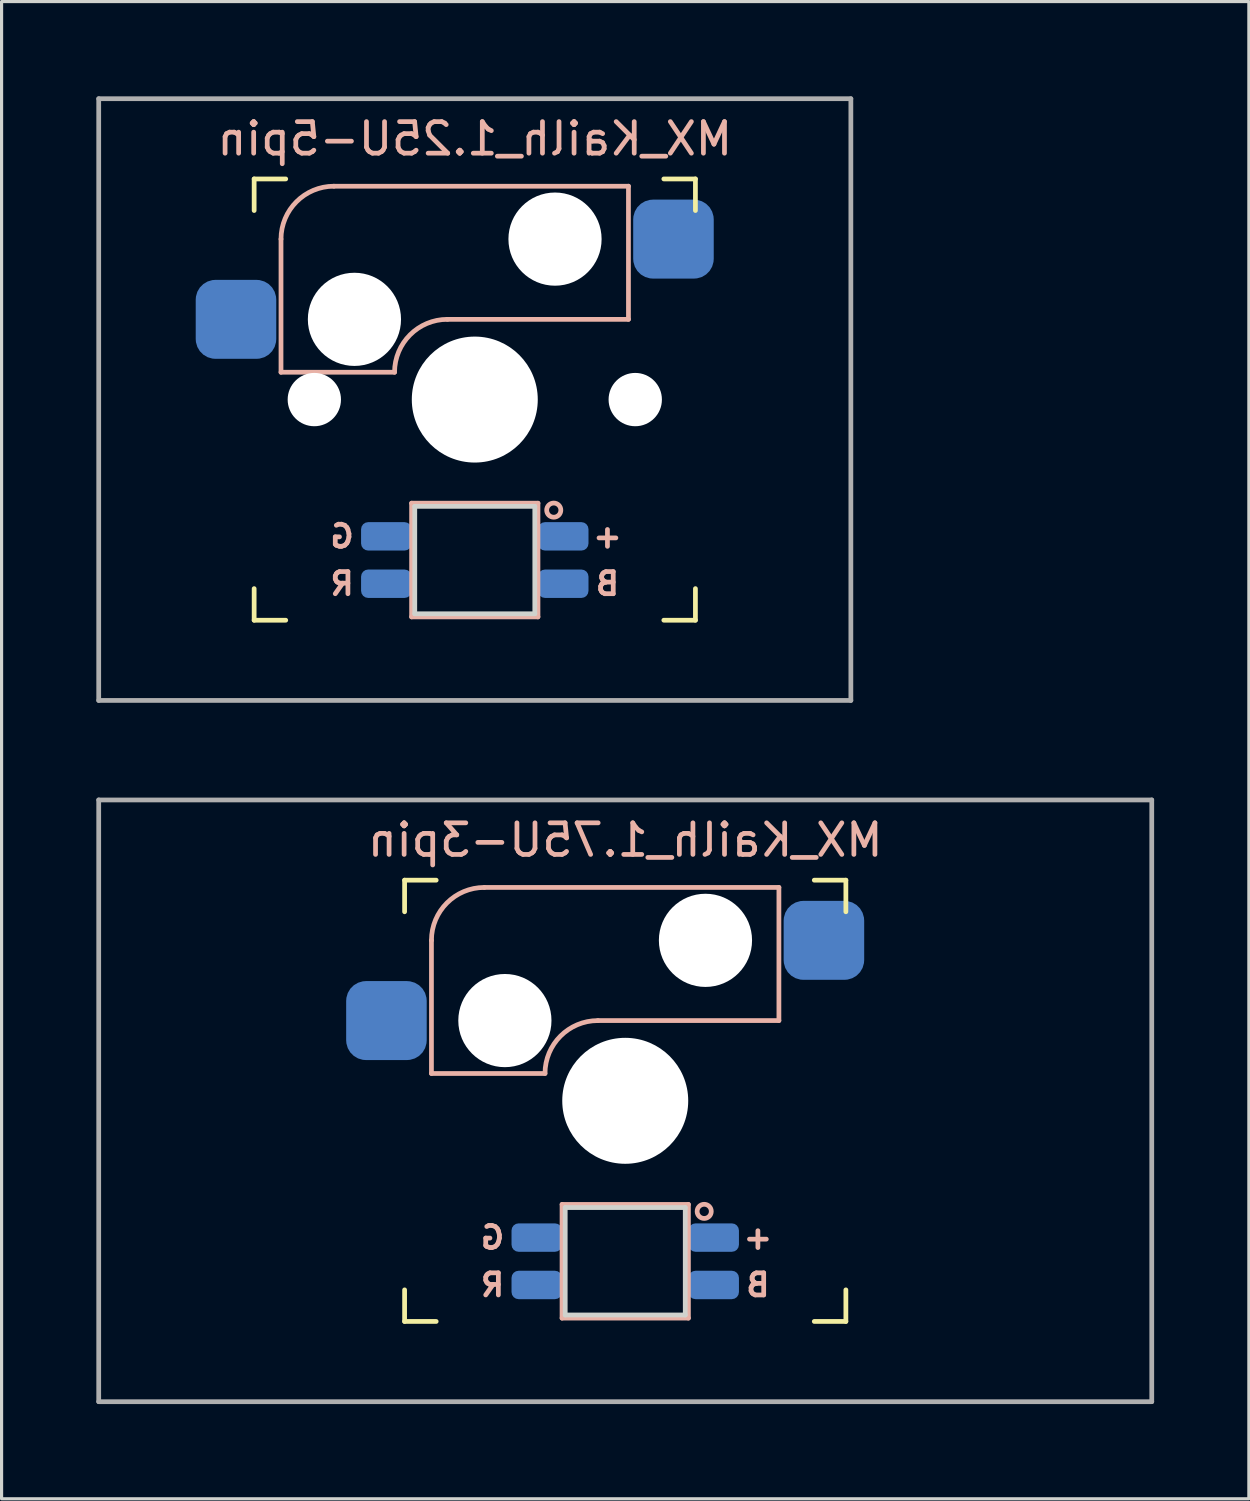
<source format=kicad_pcb>
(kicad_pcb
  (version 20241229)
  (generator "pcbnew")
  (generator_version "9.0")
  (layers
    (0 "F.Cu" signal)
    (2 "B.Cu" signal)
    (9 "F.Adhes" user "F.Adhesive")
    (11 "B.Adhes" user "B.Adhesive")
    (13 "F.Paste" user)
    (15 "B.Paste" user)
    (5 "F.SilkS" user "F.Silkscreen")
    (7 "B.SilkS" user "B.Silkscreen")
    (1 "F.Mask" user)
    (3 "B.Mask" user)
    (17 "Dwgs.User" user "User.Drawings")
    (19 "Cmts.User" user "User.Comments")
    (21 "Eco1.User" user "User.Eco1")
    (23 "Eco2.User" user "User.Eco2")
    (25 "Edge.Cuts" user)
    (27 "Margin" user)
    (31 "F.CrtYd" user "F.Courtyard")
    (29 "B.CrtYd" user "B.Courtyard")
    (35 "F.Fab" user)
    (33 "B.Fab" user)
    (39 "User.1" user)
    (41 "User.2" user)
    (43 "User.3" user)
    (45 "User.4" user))
  (footprint "MX_Kailh_1.25U-5pin"
    (layer "F.Cu")
    (at 11.981 9.6)
    (property "Reference" "MX_Kailh_1.25U-5pin" (at 0 -8.255 0) (layer "B.SilkS") (effects (font (size 1 1) (thickness 0.15)) (justify mirror)))
    (attr smd)
    (fp_line (start -6.985 -5.985) (end -6.985 -6.985) (stroke (width 0.15) (type solid)) (layer "F.SilkS"))
    (fp_line (start -6.985 6.985) (end -6.985 5.985) (stroke (width 0.15) (type solid)) (layer "F.SilkS"))
    (fp_line (start -6.985 6.985) (end -5.985 6.985) (stroke (width 0.15) (type solid)) (layer "F.SilkS"))
    (fp_line (start -5.985 -6.985) (end -6.985 -6.985) (stroke (width 0.15) (type solid)) (layer "F.SilkS"))
    (fp_line (start 5.985 6.985) (end 6.985 6.985) (stroke (width 0.15) (type solid)) (layer "F.SilkS"))
    (fp_line (start 6.985 -6.985) (end 5.985 -6.985) (stroke (width 0.15) (type solid)) (layer "F.SilkS"))
    (fp_line (start 6.985 -6.985) (end 6.985 -5.985) (stroke (width 0.15) (type solid)) (layer "F.SilkS"))
    (fp_line (start 6.985 5.985) (end 6.985 6.985) (stroke (width 0.15) (type solid)) (layer "F.SilkS"))
    (fp_line (start -6.135 -5.08) (end -6.135 -0.865) (stroke (width 0.15) (type solid)) (layer "B.SilkS"))
    (fp_line (start -6.135 -0.865) (end -2.54 -0.865) (stroke (width 0.15) (type solid)) (layer "B.SilkS"))
    (fp_line (start -4.46 -6.755) (end 4.865 -6.755) (stroke (width 0.15) (type solid)) (layer "B.SilkS"))
    (fp_line (start -2 3.28) (end -2 6.88) (stroke (width 0.15) (type solid)) (layer "B.SilkS"))
    (fp_line (start -2 6.88) (end 2 6.88) (stroke (width 0.15) (type solid)) (layer "B.SilkS"))
    (fp_line (start -0.865 -2.54) (end 4.865 -2.54) (stroke (width 0.15) (type solid)) (layer "B.SilkS"))
    (fp_line (start 2 3.28) (end -2 3.28) (stroke (width 0.15) (type solid)) (layer "B.SilkS"))
    (fp_line (start 2 6.88) (end 2 3.28) (stroke (width 0.15) (type solid)) (layer "B.SilkS"))
    (fp_line (start 4.865 -6.755) (end 4.865 -2.54) (stroke (width 0.15) (type solid)) (layer "B.SilkS"))
    (fp_arc (start -6.135 -5.08) (mid -5.644404 -6.264404) (end -4.46 -6.755) (stroke (width 0.15) (type solid)) (layer "B.SilkS"))
    (fp_arc (start -2.54 -0.865) (mid -2.049404 -2.049404) (end -0.865 -2.54) (stroke (width 0.15) (type solid)) (layer "B.SilkS"))
    (fp_circle (center 2.5 3.5) (end 2.724 3.5) (stroke (width 0.15) (type solid)) (fill no) (layer "B.SilkS"))
    (fp_line (start -6.985 6.985) (end -6.985 -6.985) (stroke (width 0.15) (type solid)) (layer "Eco2.User"))
    (fp_line (start -6.985 6.985) (end 6.985 6.985) (stroke (width 0.15) (type solid)) (layer "Eco2.User"))
    (fp_line (start 6.985 -6.985) (end -6.985 -6.985) (stroke (width 0.15) (type solid)) (layer "Eco2.User"))
    (fp_line (start 6.985 -6.985) (end 6.985 6.985) (stroke (width 0.15) (type solid)) (layer "Eco2.User"))
    (fp_line (start -1.9 3.38) (end -1.9 6.78) (stroke (width 0.15) (type solid)) (layer "Edge.Cuts"))
    (fp_line (start -1.9 3.38) (end 1.9 3.38) (stroke (width 0.15) (type solid)) (layer "Edge.Cuts"))
    (fp_line (start -1.9 6.78) (end 1.9 6.78) (stroke (width 0.15) (type solid)) (layer "Edge.Cuts"))
    (fp_line (start 1.9 3.38) (end 1.9 6.78) (stroke (width 0.15) (type solid)) (layer "Edge.Cuts"))
    (fp_line (start -11.906 -9.525) (end 11.906 -9.525) (stroke (width 0.15) (type solid)) (layer "F.Fab"))
    (fp_line (start -11.906 9.525) (end -11.906 -9.525) (stroke (width 0.15) (type solid)) (layer "F.Fab"))
    (fp_line (start 11.906 -9.525) (end 11.906 9.525) (stroke (width 0.15) (type solid)) (layer "F.Fab"))
    (fp_line (start 11.906 9.525) (end -11.906 9.525) (stroke (width 0.15) (type solid)) (layer "F.Fab"))
    (fp_text user "B" (at 4.2 5.83 0) (layer "B.SilkS") (effects (font (size 0.7 0.7) (thickness 0.15)) (justify mirror)))
    (fp_text user "R" (at -4.2 5.83 0) (layer "B.SilkS") (effects (font (size 0.7 0.7) (thickness 0.15)) (justify mirror)))
    (fp_text user "+" (at 4.2 4.33 0) (layer "B.SilkS") (effects (font (size 0.7 0.7) (thickness 0.15)) (justify mirror)))
    (fp_text user "G" (at -4.2 4.33 0) (layer "B.SilkS") (effects (font (size 0.7 0.7) (thickness 0.15)) (justify mirror)))
    (pad "" np_thru_hole circle (at -5.08 0) (size 1.688 1.688) (drill 1.688) (layers "*.Cu" "*.Mask"))
    (pad "" np_thru_hole circle (at -3.81 -2.54) (size 2.95 2.95) (drill 2.95) (layers "*.Cu" "*.Mask"))
    (pad "" np_thru_hole circle (at 0 0) (size 3.988 3.988) (drill 3.988) (layers "*.Cu" "*.Mask"))
    (pad "" np_thru_hole circle (at 2.54 -5.08) (size 2.95 2.95) (drill 2.95) (layers "*.Cu" "*.Mask"))
    (pad "" np_thru_hole circle (at 5.08 0) (size 1.688 1.688) (drill 1.688) (layers "*.Cu" "*.Mask"))
    (pad "1" smd roundrect (at 6.29 -5.08) (size 2.55 2.5) (layers "B.Cu" "B.Mask" "B.Paste") (roundrect_rratio 0.25))
    (pad "2" smd roundrect (at -7.56 -2.54) (size 2.55 2.5) (layers "B.Cu" "B.Mask" "B.Paste") (roundrect_rratio 0.25))
    (pad "3" smd roundrect (at 2.8 4.33) (size 1.6 0.9) (layers "B.Cu" "B.Mask" "B.Paste") (roundrect_rratio 0.25))
    (pad "4" smd roundrect (at -2.8 5.83) (size 1.6 0.9) (layers "B.Cu" "B.Mask" "B.Paste") (roundrect_rratio 0.25))
    (pad "5" smd roundrect (at -2.8 4.33) (size 1.6 0.9) (layers "B.Cu" "B.Mask" "B.Paste") (roundrect_rratio 0.25))
    (pad "6" smd roundrect (at 2.8 5.83) (size 1.6 0.9) (layers "B.Cu" "B.Mask" "B.Paste") (roundrect_rratio 0.25)))
  (footprint "MX_Kailh_1.75U-3pin"
    (layer "F.Cu")
    (at 16.744 31.8)
    (property "Reference" "MX_Kailh_1.75U-3pin" (at 0 -8.255 0) (layer "B.SilkS") (effects (font (size 1 1) (thickness 0.15)) (justify mirror)))
    (attr smd)
    (fp_line (start -6.985 -5.985) (end -6.985 -6.985) (stroke (width 0.15) (type solid)) (layer "F.SilkS"))
    (fp_line (start -6.985 6.985) (end -6.985 5.985) (stroke (width 0.15) (type solid)) (layer "F.SilkS"))
    (fp_line (start -6.985 6.985) (end -5.985 6.985) (stroke (width 0.15) (type solid)) (layer "F.SilkS"))
    (fp_line (start -5.985 -6.985) (end -6.985 -6.985) (stroke (width 0.15) (type solid)) (layer "F.SilkS"))
    (fp_line (start 5.985 6.985) (end 6.985 6.985) (stroke (width 0.15) (type solid)) (layer "F.SilkS"))
    (fp_line (start 6.985 -6.985) (end 5.985 -6.985) (stroke (width 0.15) (type solid)) (layer "F.SilkS"))
    (fp_line (start 6.985 -6.985) (end 6.985 -5.985) (stroke (width 0.15) (type solid)) (layer "F.SilkS"))
    (fp_line (start 6.985 5.985) (end 6.985 6.985) (stroke (width 0.15) (type solid)) (layer "F.SilkS"))
    (fp_line (start -6.135 -5.08) (end -6.135 -0.865) (stroke (width 0.15) (type solid)) (layer "B.SilkS"))
    (fp_line (start -6.135 -0.865) (end -2.54 -0.865) (stroke (width 0.15) (type solid)) (layer "B.SilkS"))
    (fp_line (start -4.46 -6.755) (end 4.865 -6.755) (stroke (width 0.15) (type solid)) (layer "B.SilkS"))
    (fp_line (start -2 3.28) (end -2 6.88) (stroke (width 0.15) (type solid)) (layer "B.SilkS"))
    (fp_line (start -2 6.88) (end 2 6.88) (stroke (width 0.15) (type solid)) (layer "B.SilkS"))
    (fp_line (start -0.865 -2.54) (end 4.865 -2.54) (stroke (width 0.15) (type solid)) (layer "B.SilkS"))
    (fp_line (start 2 3.28) (end -2 3.28) (stroke (width 0.15) (type solid)) (layer "B.SilkS"))
    (fp_line (start 2 6.88) (end 2 3.28) (stroke (width 0.15) (type solid)) (layer "B.SilkS"))
    (fp_line (start 4.865 -6.755) (end 4.865 -2.54) (stroke (width 0.15) (type solid)) (layer "B.SilkS"))
    (fp_arc (start -6.135 -5.08) (mid -5.644404 -6.264404) (end -4.46 -6.755) (stroke (width 0.15) (type solid)) (layer "B.SilkS"))
    (fp_arc (start -2.54 -0.865) (mid -2.049404 -2.049404) (end -0.865 -2.54) (stroke (width 0.15) (type solid)) (layer "B.SilkS"))
    (fp_circle (center 2.5 3.5) (end 2.724 3.5) (stroke (width 0.15) (type solid)) (fill no) (layer "B.SilkS"))
    (fp_line (start -6.985 6.985) (end -6.985 -6.985) (stroke (width 0.15) (type solid)) (layer "Eco2.User"))
    (fp_line (start -6.985 6.985) (end 6.985 6.985) (stroke (width 0.15) (type solid)) (layer "Eco2.User"))
    (fp_line (start 6.985 -6.985) (end -6.985 -6.985) (stroke (width 0.15) (type solid)) (layer "Eco2.User"))
    (fp_line (start 6.985 -6.985) (end 6.985 6.985) (stroke (width 0.15) (type solid)) (layer "Eco2.User"))
    (fp_line (start -1.9 3.38) (end -1.9 6.78) (stroke (width 0.15) (type solid)) (layer "Edge.Cuts"))
    (fp_line (start -1.9 3.38) (end 1.9 3.38) (stroke (width 0.15) (type solid)) (layer "Edge.Cuts"))
    (fp_line (start -1.9 6.78) (end 1.9 6.78) (stroke (width 0.15) (type solid)) (layer "Edge.Cuts"))
    (fp_line (start 1.9 3.38) (end 1.9 6.78) (stroke (width 0.15) (type solid)) (layer "Edge.Cuts"))
    (fp_line (start -16.669 -9.525) (end 16.669 -9.525) (stroke (width 0.15) (type solid)) (layer "F.Fab"))
    (fp_line (start -16.669 9.525) (end -16.669 -9.525) (stroke (width 0.15) (type solid)) (layer "F.Fab"))
    (fp_line (start 16.669 -9.525) (end 16.669 9.525) (stroke (width 0.15) (type solid)) (layer "F.Fab"))
    (fp_line (start 16.669 9.525) (end -16.669 9.525) (stroke (width 0.15) (type solid)) (layer "F.Fab"))
    (fp_text user "B" (at 4.2 5.83 0) (layer "B.SilkS") (effects (font (size 0.7 0.7) (thickness 0.15)) (justify mirror)))
    (fp_text user "R" (at -4.2 5.83 0) (layer "B.SilkS") (effects (font (size 0.7 0.7) (thickness 0.15)) (justify mirror)))
    (fp_text user "G" (at -4.2 4.33 0) (layer "B.SilkS") (effects (font (size 0.7 0.7) (thickness 0.15)) (justify mirror)))
    (fp_text user "+" (at 4.2 4.33 0) (layer "B.SilkS") (effects (font (size 0.7 0.7) (thickness 0.15)) (justify mirror)))
    (pad "" np_thru_hole circle (at -3.81 -2.54) (size 2.95 2.95) (drill 2.95) (layers "*.Cu" "*.Mask"))
    (pad "" np_thru_hole circle (at 0 0) (size 3.988 3.988) (drill 3.988) (layers "*.Cu" "*.Mask"))
    (pad "" np_thru_hole circle (at 2.54 -5.08) (size 2.95 2.95) (drill 2.95) (layers "*.Cu" "*.Mask"))
    (pad "1" smd roundrect (at 6.29 -5.08) (size 2.55 2.5) (layers "B.Cu" "B.Mask" "B.Paste") (roundrect_rratio 0.25))
    (pad "2" smd roundrect (at -7.56 -2.54) (size 2.55 2.5) (layers "B.Cu" "B.Mask" "B.Paste") (roundrect_rratio 0.25))
    (pad "3" smd roundrect (at 2.8 4.33) (size 1.6 0.9) (layers "B.Cu" "B.Mask" "B.Paste") (roundrect_rratio 0.25))
    (pad "4" smd roundrect (at -2.8 5.83) (size 1.6 0.9) (layers "B.Cu" "B.Mask" "B.Paste") (roundrect_rratio 0.25))
    (pad "5" smd roundrect (at -2.8 4.33) (size 1.6 0.9) (layers "B.Cu" "B.Mask" "B.Paste") (roundrect_rratio 0.25))
    (pad "6" smd roundrect (at 2.8 5.83) (size 1.6 0.9) (layers "B.Cu" "B.Mask" "B.Paste") (roundrect_rratio 0.25)))
  (gr_rect
    (start -3 -3)
    (end 36.487 44.4)
    (stroke (width 0.1) (type default))
    (fill no)
    (layer "Edge.Cuts")))
</source>
